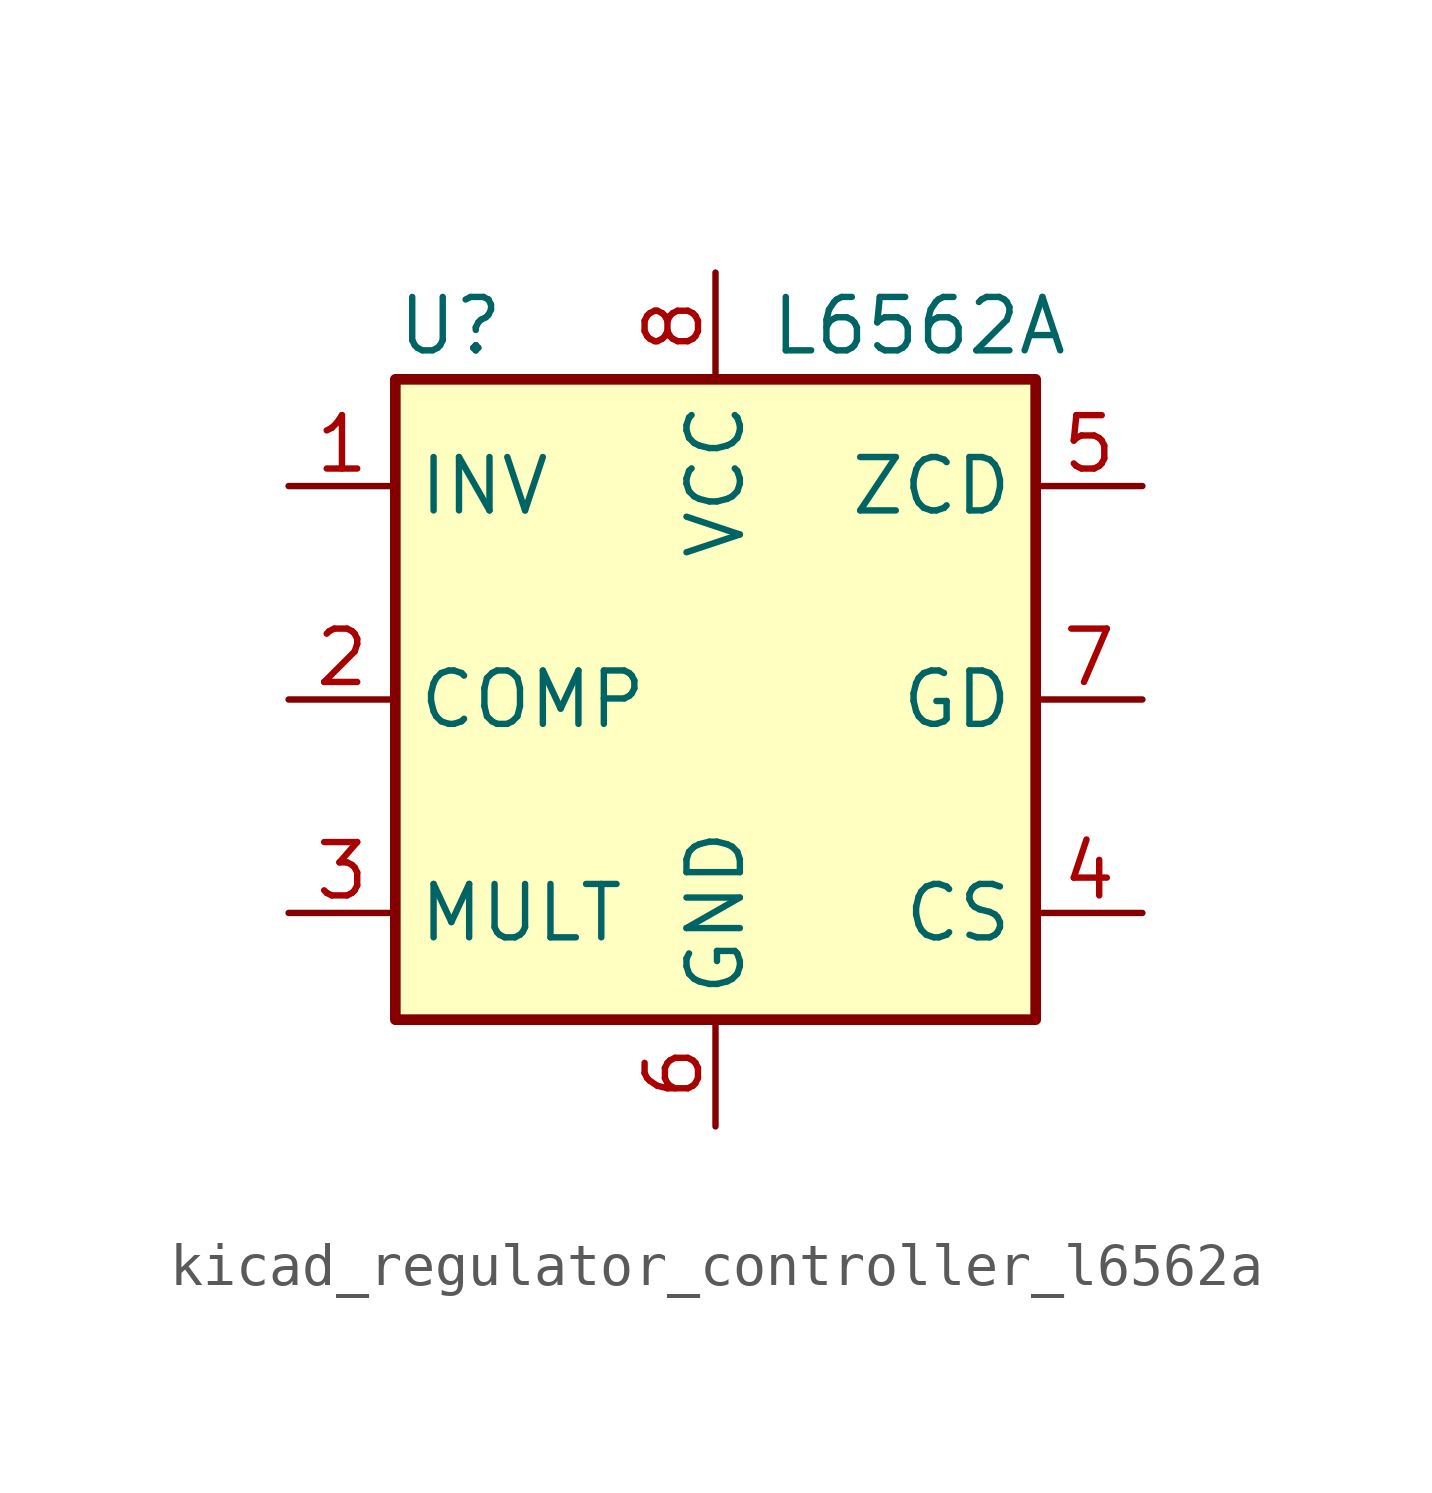
<source format=kicad_sym>
(kicad_symbol_lib
  (version 20220914)
  (generator kicad_symbol_editor)
  (symbol "kicad_regulator_controller_l6562a"
    (property "Reference" "U"
      (at -7.62 8.89 0)
      (effects (font (size 1.27 1.27)) (justify left)))
    (property "Value" "L6562A"
      (at 1.27 8.89 0)
      (effects (font (size 1.27 1.27)) (justify left)))
    (symbol "kicad_regulator_controller_l6562a_0_0"
      (rectangle (start -7.62 7.62) (end 7.62 -7.62) (stroke (width 0.254) (type default)) (fill (type background))))
    (symbol "kicad_regulator_controller_l6562a_1_1"
      (pin input line (at -10.16 5.08 0) (length 2.54) (name "INV" (effects (font (size 1.27 1.27)))) (number "1" (effects (font (size 1.27 1.27)))))
      (pin output line (at -10.16 0 0) (length 2.54) (name "COMP" (effects (font (size 1.27 1.27)))) (number "2" (effects (font (size 1.27 1.27)))))
      (pin input line (at -10.16 -5.08 0) (length 2.54) (name "MULT" (effects (font (size 1.27 1.27)))) (number "3" (effects (font (size 1.27 1.27)))))
      (pin input line (at 10.16 -5.08 180) (length 2.54) (name "CS" (effects (font (size 1.27 1.27)))) (number "4" (effects (font (size 1.27 1.27)))))
      (pin input line (at 10.16 5.08 180) (length 2.54) (name "ZCD" (effects (font (size 1.27 1.27)))) (number "5" (effects (font (size 1.27 1.27)))))
      (pin power_in line (at 0 -10.16 90) (length 2.54) (name "GND" (effects (font (size 1.27 1.27)))) (number "6" (effects (font (size 1.27 1.27)))))
      (pin output line (at 10.16 0 180) (length 2.54) (name "GD" (effects (font (size 1.27 1.27)))) (number "7" (effects (font (size 1.27 1.27)))))
      (pin power_in line (at 0 10.16 270) (length 2.54) (name "VCC" (effects (font (size 1.27 1.27)))) (number "8" (effects (font (size 1.27 1.27))))))))
</source>
